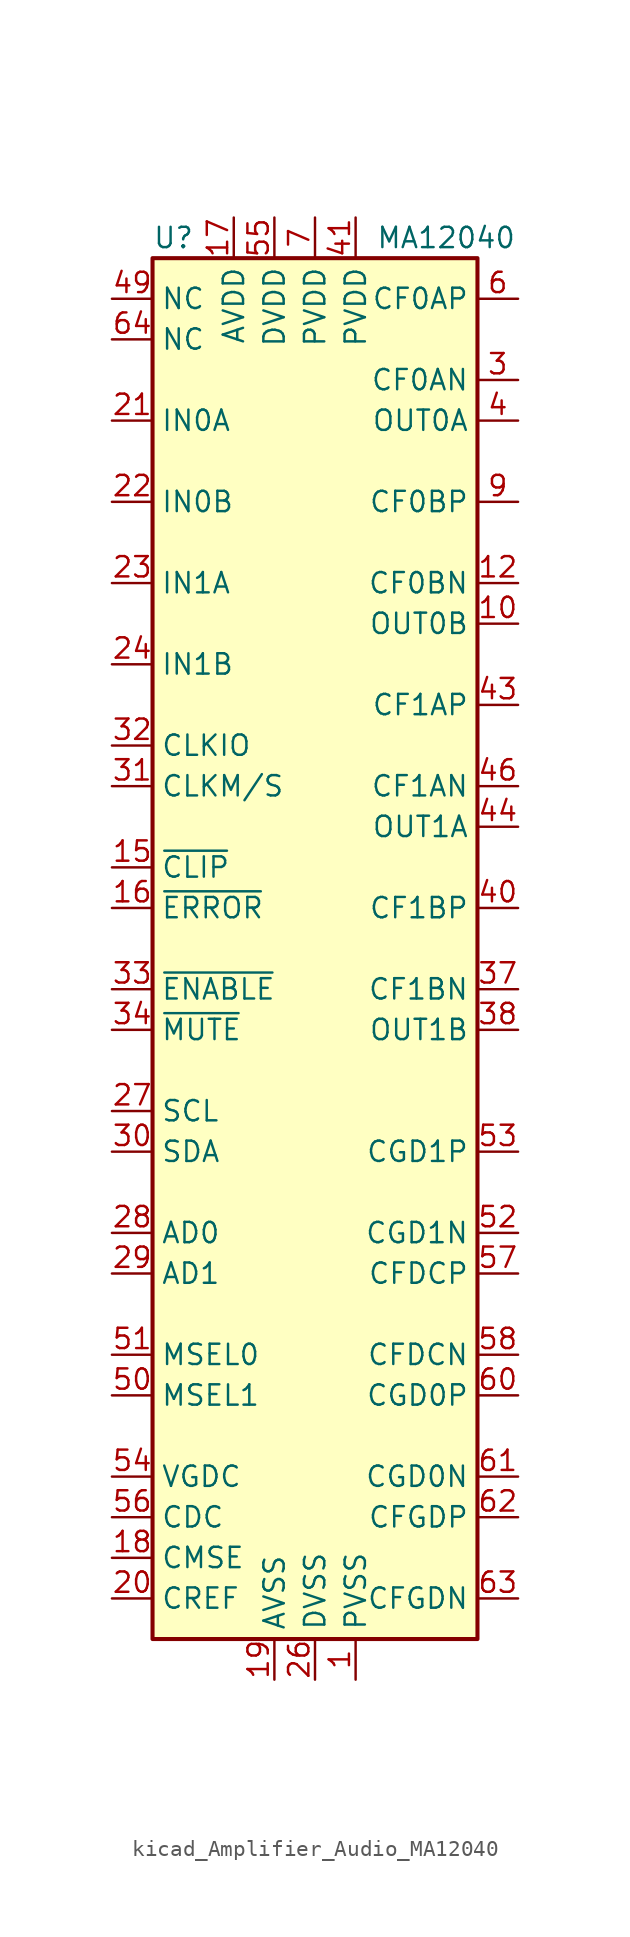
<source format=kicad_sym>
(kicad_symbol_lib
  (version 20220914)
  (generator kicad_symbol_editor)
  (symbol "kicad_Amplifier_Audio_MA12040"
    (property "Reference" "U"
      (at -10.16 44.45 0)
      (effects (font (size 1.27 1.27)) (justify left)))
    (property "Value" "MA12040"
      (at 3.81 44.45 0)
      (effects (font (size 1.27 1.27)) (justify left)))
    (symbol "kicad_Amplifier_Audio_MA12040_0_1"
      (rectangle (start -10.16 -43.18) (end 10.16 43.18) (stroke (width 0.254) (type default)) (fill (type background))))
    (symbol "kicad_Amplifier_Audio_MA12040_1_1"
      (pin power_in line (at 2.54 -45.72 90) (length 2.54) (name "PVSS" (effects (font (size 1.27 1.27)))) (number "1" (effects (font (size 1.27 1.27)))))
      (pin output line (at 12.7 20.32 180) (length 2.54) (name "OUT0B" (effects (font (size 1.27 1.27)))) (number "10" (effects (font (size 1.27 1.27)))))
      (pin passive line (at 12.7 20.32 180) (length 2.54) hide (name "OUT0B" (effects (font (size 1.27 1.27)))) (number "11" (effects (font (size 1.27 1.27)))))
      (pin passive line (at 12.7 22.86 180) (length 2.54) (name "CF0BN" (effects (font (size 1.27 1.27)))) (number "12" (effects (font (size 1.27 1.27)))))
      (pin passive line (at 2.54 -45.72 90) (length 2.54) hide (name "PVSS" (effects (font (size 1.27 1.27)))) (number "13" (effects (font (size 1.27 1.27)))))
      (pin passive line (at 2.54 -45.72 90) (length 2.54) hide (name "PVSS" (effects (font (size 1.27 1.27)))) (number "14" (effects (font (size 1.27 1.27)))))
      (pin output line (at -12.7 5.08 0) (length 2.54) (name "~{CLIP}" (effects (font (size 1.27 1.27)))) (number "15" (effects (font (size 1.27 1.27)))))
      (pin output line (at -12.7 2.54 0) (length 2.54) (name "~{ERROR}" (effects (font (size 1.27 1.27)))) (number "16" (effects (font (size 1.27 1.27)))))
      (pin power_in line (at -5.08 45.72 270) (length 2.54) (name "AVDD" (effects (font (size 1.27 1.27)))) (number "17" (effects (font (size 1.27 1.27)))))
      (pin passive line (at -12.7 -38.1 0) (length 2.54) (name "CMSE" (effects (font (size 1.27 1.27)))) (number "18" (effects (font (size 1.27 1.27)))))
      (pin power_in line (at -2.54 -45.72 90) (length 2.54) (name "AVSS" (effects (font (size 1.27 1.27)))) (number "19" (effects (font (size 1.27 1.27)))))
      (pin passive line (at 2.54 -45.72 90) (length 2.54) hide (name "PVSS" (effects (font (size 1.27 1.27)))) (number "2" (effects (font (size 1.27 1.27)))))
      (pin passive line (at -12.7 -40.64 0) (length 2.54) (name "CREF" (effects (font (size 1.27 1.27)))) (number "20" (effects (font (size 1.27 1.27)))))
      (pin input line (at -12.7 33.02 0) (length 2.54) (name "IN0A" (effects (font (size 1.27 1.27)))) (number "21" (effects (font (size 1.27 1.27)))))
      (pin input line (at -12.7 27.94 0) (length 2.54) (name "IN0B" (effects (font (size 1.27 1.27)))) (number "22" (effects (font (size 1.27 1.27)))))
      (pin input line (at -12.7 22.86 0) (length 2.54) (name "IN1A" (effects (font (size 1.27 1.27)))) (number "23" (effects (font (size 1.27 1.27)))))
      (pin input line (at -12.7 17.78 0) (length 2.54) (name "IN1B" (effects (font (size 1.27 1.27)))) (number "24" (effects (font (size 1.27 1.27)))))
      (pin passive line (at -2.54 -45.72 90) (length 2.54) hide (name "AVSS" (effects (font (size 1.27 1.27)))) (number "25" (effects (font (size 1.27 1.27)))))
      (pin power_in line (at 0 -45.72 90) (length 2.54) (name "DVSS" (effects (font (size 1.27 1.27)))) (number "26" (effects (font (size 1.27 1.27)))))
      (pin input line (at -12.7 -10.16 0) (length 2.54) (name "SCL" (effects (font (size 1.27 1.27)))) (number "27" (effects (font (size 1.27 1.27)))))
      (pin input line (at -12.7 -17.78 0) (length 2.54) (name "AD0" (effects (font (size 1.27 1.27)))) (number "28" (effects (font (size 1.27 1.27)))))
      (pin input line (at -12.7 -20.32 0) (length 2.54) (name "AD1" (effects (font (size 1.27 1.27)))) (number "29" (effects (font (size 1.27 1.27)))))
      (pin passive line (at 12.7 35.56 180) (length 2.54) (name "CF0AN" (effects (font (size 1.27 1.27)))) (number "3" (effects (font (size 1.27 1.27)))))
      (pin bidirectional line (at -12.7 -12.7 0) (length 2.54) (name "SDA" (effects (font (size 1.27 1.27)))) (number "30" (effects (font (size 1.27 1.27)))))
      (pin input line (at -12.7 10.16 0) (length 2.54) (name "CLKM/S" (effects (font (size 1.27 1.27)))) (number "31" (effects (font (size 1.27 1.27)))))
      (pin bidirectional line (at -12.7 12.7 0) (length 2.54) (name "CLKIO" (effects (font (size 1.27 1.27)))) (number "32" (effects (font (size 1.27 1.27)))))
      (pin input line (at -12.7 -2.54 0) (length 2.54) (name "~{ENABLE}" (effects (font (size 1.27 1.27)))) (number "33" (effects (font (size 1.27 1.27)))))
      (pin input line (at -12.7 -5.08 0) (length 2.54) (name "~{MUTE}" (effects (font (size 1.27 1.27)))) (number "34" (effects (font (size 1.27 1.27)))))
      (pin passive line (at 2.54 -45.72 90) (length 2.54) hide (name "PVSS" (effects (font (size 1.27 1.27)))) (number "35" (effects (font (size 1.27 1.27)))))
      (pin passive line (at 2.54 -45.72 90) (length 2.54) hide (name "PVSS" (effects (font (size 1.27 1.27)))) (number "36" (effects (font (size 1.27 1.27)))))
      (pin passive line (at 12.7 -2.54 180) (length 2.54) (name "CF1BN" (effects (font (size 1.27 1.27)))) (number "37" (effects (font (size 1.27 1.27)))))
      (pin output line (at 12.7 -5.08 180) (length 2.54) (name "OUT1B" (effects (font (size 1.27 1.27)))) (number "38" (effects (font (size 1.27 1.27)))))
      (pin passive line (at 12.7 -5.08 180) (length 2.54) hide (name "OUT1B" (effects (font (size 1.27 1.27)))) (number "39" (effects (font (size 1.27 1.27)))))
      (pin output line (at 12.7 33.02 180) (length 2.54) (name "OUT0A" (effects (font (size 1.27 1.27)))) (number "4" (effects (font (size 1.27 1.27)))))
      (pin passive line (at 12.7 2.54 180) (length 2.54) (name "CF1BP" (effects (font (size 1.27 1.27)))) (number "40" (effects (font (size 1.27 1.27)))))
      (pin power_in line (at 2.54 45.72 270) (length 2.54) (name "PVDD" (effects (font (size 1.27 1.27)))) (number "41" (effects (font (size 1.27 1.27)))))
      (pin passive line (at 2.54 45.72 270) (length 2.54) hide (name "PVDD" (effects (font (size 1.27 1.27)))) (number "42" (effects (font (size 1.27 1.27)))))
      (pin passive line (at 12.7 15.24 180) (length 2.54) (name "CF1AP" (effects (font (size 1.27 1.27)))) (number "43" (effects (font (size 1.27 1.27)))))
      (pin output line (at 12.7 7.62 180) (length 2.54) (name "OUT1A" (effects (font (size 1.27 1.27)))) (number "44" (effects (font (size 1.27 1.27)))))
      (pin passive line (at 12.7 7.62 180) (length 2.54) hide (name "OUT1A" (effects (font (size 1.27 1.27)))) (number "45" (effects (font (size 1.27 1.27)))))
      (pin passive line (at 12.7 10.16 180) (length 2.54) (name "CF1AN" (effects (font (size 1.27 1.27)))) (number "46" (effects (font (size 1.27 1.27)))))
      (pin passive line (at 2.54 -45.72 90) (length 2.54) hide (name "PVSS" (effects (font (size 1.27 1.27)))) (number "47" (effects (font (size 1.27 1.27)))))
      (pin passive line (at 2.54 -45.72 90) (length 2.54) hide (name "PVSS" (effects (font (size 1.27 1.27)))) (number "48" (effects (font (size 1.27 1.27)))))
      (pin passive line (at -12.7 40.64 0) (length 2.54) (name "NC" (effects (font (size 1.27 1.27)))) (number "49" (effects (font (size 1.27 1.27)))))
      (pin passive line (at 12.7 33.02 180) (length 2.54) hide (name "OUT0A" (effects (font (size 1.27 1.27)))) (number "5" (effects (font (size 1.27 1.27)))))
      (pin input line (at -12.7 -27.94 0) (length 2.54) (name "MSEL1" (effects (font (size 1.27 1.27)))) (number "50" (effects (font (size 1.27 1.27)))))
      (pin input line (at -12.7 -25.4 0) (length 2.54) (name "MSEL0" (effects (font (size 1.27 1.27)))) (number "51" (effects (font (size 1.27 1.27)))))
      (pin passive line (at 12.7 -17.78 180) (length 2.54) (name "CGD1N" (effects (font (size 1.27 1.27)))) (number "52" (effects (font (size 1.27 1.27)))))
      (pin passive line (at 12.7 -12.7 180) (length 2.54) (name "CGD1P" (effects (font (size 1.27 1.27)))) (number "53" (effects (font (size 1.27 1.27)))))
      (pin passive line (at -12.7 -33.02 0) (length 2.54) (name "VGDC" (effects (font (size 1.27 1.27)))) (number "54" (effects (font (size 1.27 1.27)))))
      (pin power_in line (at -2.54 45.72 270) (length 2.54) (name "DVDD" (effects (font (size 1.27 1.27)))) (number "55" (effects (font (size 1.27 1.27)))))
      (pin passive line (at -12.7 -35.56 0) (length 2.54) (name "CDC" (effects (font (size 1.27 1.27)))) (number "56" (effects (font (size 1.27 1.27)))))
      (pin passive line (at 12.7 -20.32 180) (length 2.54) (name "CFDCP" (effects (font (size 1.27 1.27)))) (number "57" (effects (font (size 1.27 1.27)))))
      (pin passive line (at 12.7 -25.4 180) (length 2.54) (name "CFDCN" (effects (font (size 1.27 1.27)))) (number "58" (effects (font (size 1.27 1.27)))))
      (pin passive line (at 0 -45.72 90) (length 2.54) hide (name "DVSS" (effects (font (size 1.27 1.27)))) (number "59" (effects (font (size 1.27 1.27)))))
      (pin passive line (at 12.7 40.64 180) (length 2.54) (name "CF0AP" (effects (font (size 1.27 1.27)))) (number "6" (effects (font (size 1.27 1.27)))))
      (pin passive line (at 12.7 -27.94 180) (length 2.54) (name "CGD0P" (effects (font (size 1.27 1.27)))) (number "60" (effects (font (size 1.27 1.27)))))
      (pin passive line (at 12.7 -33.02 180) (length 2.54) (name "CGD0N" (effects (font (size 1.27 1.27)))) (number "61" (effects (font (size 1.27 1.27)))))
      (pin passive line (at 12.7 -35.56 180) (length 2.54) (name "CFGDP" (effects (font (size 1.27 1.27)))) (number "62" (effects (font (size 1.27 1.27)))))
      (pin passive line (at 12.7 -40.64 180) (length 2.54) (name "CFGDN" (effects (font (size 1.27 1.27)))) (number "63" (effects (font (size 1.27 1.27)))))
      (pin passive line (at -12.7 38.1 0) (length 2.54) (name "NC" (effects (font (size 1.27 1.27)))) (number "64" (effects (font (size 1.27 1.27)))))
      (pin power_in line (at 0 45.72 270) (length 2.54) (name "PVDD" (effects (font (size 1.27 1.27)))) (number "7" (effects (font (size 1.27 1.27)))))
      (pin passive line (at 0 45.72 270) (length 2.54) hide (name "PVDD" (effects (font (size 1.27 1.27)))) (number "8" (effects (font (size 1.27 1.27)))))
      (pin passive line (at 12.7 27.94 180) (length 2.54) (name "CF0BP" (effects (font (size 1.27 1.27)))) (number "9" (effects (font (size 1.27 1.27))))))))
</source>
